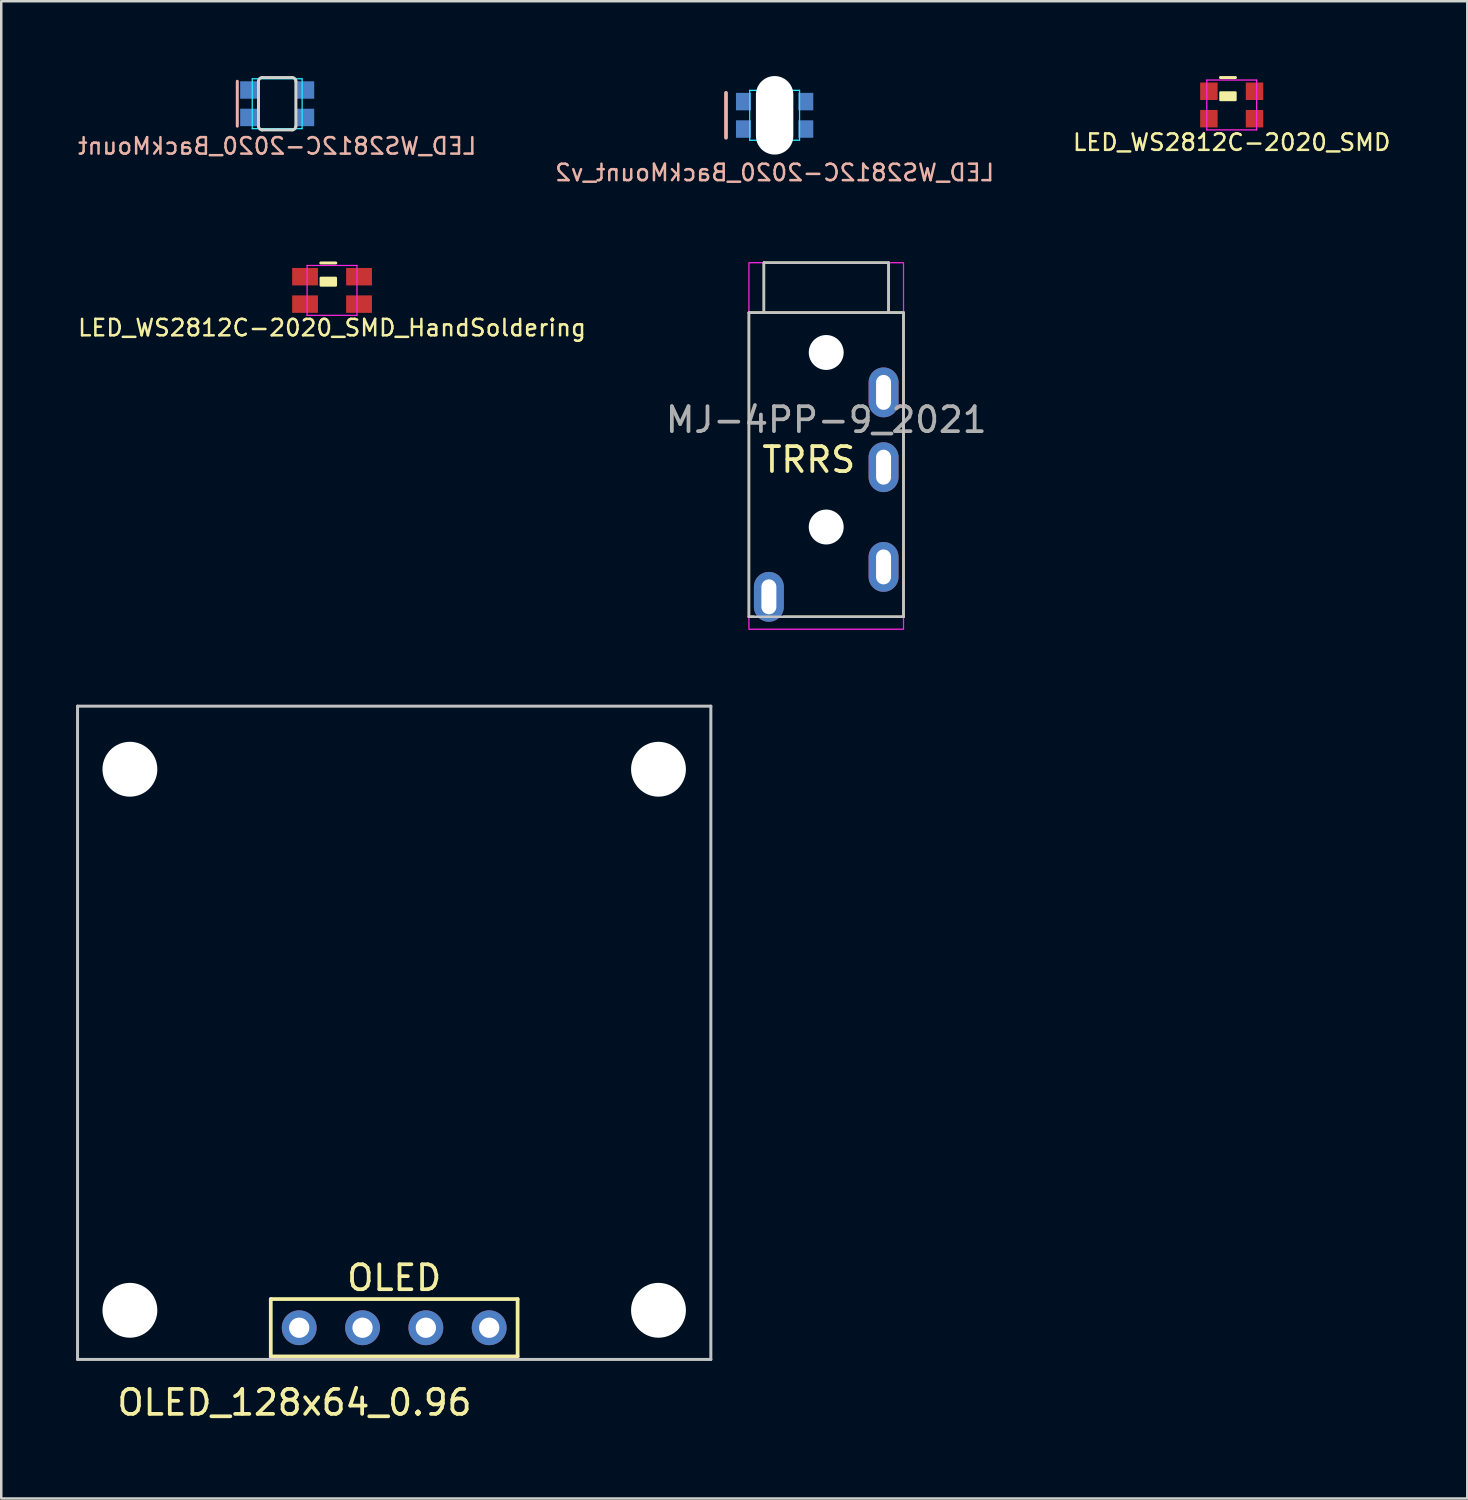
<source format=kicad_pcb>
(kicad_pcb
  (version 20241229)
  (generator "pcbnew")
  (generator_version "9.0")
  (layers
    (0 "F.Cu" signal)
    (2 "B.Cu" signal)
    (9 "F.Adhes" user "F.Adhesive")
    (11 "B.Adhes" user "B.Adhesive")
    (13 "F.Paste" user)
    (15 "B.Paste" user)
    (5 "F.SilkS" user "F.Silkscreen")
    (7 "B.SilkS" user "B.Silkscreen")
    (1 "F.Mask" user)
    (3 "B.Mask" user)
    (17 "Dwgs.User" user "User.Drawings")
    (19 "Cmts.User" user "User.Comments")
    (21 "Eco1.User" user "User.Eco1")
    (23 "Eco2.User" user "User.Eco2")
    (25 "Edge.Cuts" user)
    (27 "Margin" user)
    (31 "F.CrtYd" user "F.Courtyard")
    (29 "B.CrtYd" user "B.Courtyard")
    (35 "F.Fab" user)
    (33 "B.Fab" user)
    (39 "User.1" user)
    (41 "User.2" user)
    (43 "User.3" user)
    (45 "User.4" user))
  (footprint "LED_WS2812C-2020_SMD_HandSoldering"
    (layer "F.Cu")
    (at 10.267 8.597)
    (property "Reference" "LED_WS2812C-2020_SMD_HandSoldering" (at 0 1.5 0) (layer "F.SilkS") (effects (font (size 0.66 0.66) (thickness 0.1))))
    (attr through_hole)
    (fp_line (start -0.45 -1.1) (end 0.15 -1.1) (stroke (width 0.12) (type solid)) (layer "F.SilkS"))
    (fp_poly (pts (xy 0.15 -0.2) (xy -0.45 -0.2) (xy -0.45 -0.5) (xy 0.15 -0.5)) (stroke (width 0.1) (type solid)) (fill yes) (layer "F.SilkS"))
    (fp_line (start -1 -1) (end -1 1) (stroke (width 0.05) (type solid)) (layer "F.CrtYd"))
    (fp_line (start -1 1) (end 1 1) (stroke (width 0.05) (type solid)) (layer "F.CrtYd"))
    (fp_line (start 1 -1) (end -1 -1) (stroke (width 0.05) (type solid)) (layer "F.CrtYd"))
    (fp_line (start 1 1) (end 1 -1) (stroke (width 0.05) (type solid)) (layer "F.CrtYd"))
    (pad "1" smd rect (at 1.083 0.55) (size 1.035 0.7) (layers "F.Cu" "F.Mask" "F.Paste"))
    (pad "2" smd rect (at 1.083 -0.55) (size 1.035 0.7) (layers "F.Cu" "F.Mask" "F.Paste"))
    (pad "3" smd rect (at -1.083 -0.55) (size 1.035 0.7) (layers "F.Cu" "F.Mask" "F.Paste"))
    (pad "4" smd rect (at -1.083 0.55) (size 1.035 0.7) (layers "F.Cu" "F.Mask" "F.Paste")))
  (footprint "OLED_128x64_0.96"
    (layer "F.Cu")
    (at 12.76 50.202)
    (property "Reference" "OLED_128x64_0.96" (at -4 3 0) (layer "F.SilkS") (effects (font (size 1 1) (thickness 0.15))))
    (attr through_hole)
    (fp_line (start -4.95 -1.15) (end 4.95 -1.15) (stroke (width 0.15) (type solid)) (layer "F.SilkS"))
    (fp_line (start -4.95 1.15) (end -4.95 -1.15) (stroke (width 0.15) (type solid)) (layer "F.SilkS"))
    (fp_line (start -4.95 1.15) (end 4.95 1.15) (stroke (width 0.15) (type solid)) (layer "F.SilkS"))
    (fp_line (start 4.95 -1.15) (end 4.95 1.15) (stroke (width 0.15) (type solid)) (layer "F.SilkS"))
    (fp_line (start -12.7 -24.93) (end 12.7 -24.93) (stroke (width 0.12) (type solid)) (layer "Dwgs.User"))
    (fp_line (start -12.7 1.27) (end -12.7 -24.93) (stroke (width 0.12) (type solid)) (layer "Dwgs.User"))
    (fp_line (start -12.7 1.27) (end 12.7 1.27) (stroke (width 0.12) (type solid)) (layer "Dwgs.User"))
    (fp_line (start 12.7 -24.93) (end 12.7 1.27) (stroke (width 0.12) (type solid)) (layer "Dwgs.User"))
    (fp_text user "OLED" (at 0 -2 0) (layer "F.SilkS") (effects (font (size 1 1) (thickness 0.15))))
    (pad "" np_thru_hole circle (at -10.6 -22.4) (size 2.2 2.2) (drill 2.2) (layers "*.Cu"))
    (pad "" np_thru_hole circle (at -10.6 -0.7) (size 2.2 2.2) (drill 2.2) (layers "*.Cu"))
    (pad "" np_thru_hole circle (at 10.6 -22.4) (size 2.2 2.2) (drill 2.2) (layers "*.Cu"))
    (pad "" np_thru_hole circle (at 10.6 -0.7) (size 2.2 2.2) (drill 2.2) (layers "*.Cu"))
    (pad "1" thru_hole circle (at -3.81 0) (size 1.397 1.397) (drill 0.813) (layers "*.Cu" "B.Mask"))
    (pad "2" thru_hole circle (at -1.27 0) (size 1.397 1.397) (drill 0.813) (layers "*.Cu" "B.Mask"))
    (pad "3" thru_hole circle (at 1.27 0) (size 1.397 1.397) (drill 0.813) (layers "*.Cu" "B.Mask"))
    (pad "4" thru_hole circle (at 3.81 0) (size 1.397 1.397) (drill 0.813) (layers "*.Cu" "B.Mask")))
  (footprint "LED_WS2812C-2020_BackMount"
    (layer "F.Cu")
    (at 8.067 1.11)
    (property "Reference" "LED_WS2812C-2020_BackMount" (at 0 1.7 0) (layer "B.SilkS") (effects (font (size 0.66 0.66) (thickness 0.1)) (justify mirror)))
    (attr through_hole)
    (fp_line (start -1.6 -0.9) (end -1.6 0.9) (stroke (width 0.12) (type solid)) (layer "B.SilkS"))
    (fp_line (start -0.75 0.9) (end -0.75 -0.9) (stroke (width 0.12) (type solid)) (layer "Edge.Cuts"))
    (fp_line (start -0.6 -1.05) (end 0.6 -1.05) (stroke (width 0.12) (type solid)) (layer "Edge.Cuts"))
    (fp_line (start 0.6 1.05) (end -0.6 1.05) (stroke (width 0.12) (type solid)) (layer "Edge.Cuts"))
    (fp_line (start 0.75 -0.9) (end 0.75 0.9) (stroke (width 0.12) (type solid)) (layer "Edge.Cuts"))
    (fp_arc (start -0.75 -0.9) (mid -0.706066 -1.006066) (end -0.6 -1.05) (stroke (width 0.12) (type solid)) (layer "Edge.Cuts"))
    (fp_arc (start -0.6 1.05) (mid -0.706066 1.006066) (end -0.75 0.9) (stroke (width 0.12) (type solid)) (layer "Edge.Cuts"))
    (fp_arc (start 0.6 -1.05) (mid 0.706066 -1.006066) (end 0.75 -0.9) (stroke (width 0.12) (type solid)) (layer "Edge.Cuts"))
    (fp_arc (start 0.75 0.9) (mid 0.706066 1.006066) (end 0.6 1.05) (stroke (width 0.12) (type solid)) (layer "Edge.Cuts"))
    (fp_line (start -1 -1) (end -1 1) (stroke (width 0.05) (type solid)) (layer "B.CrtYd"))
    (fp_line (start -1 1) (end 1 1) (stroke (width 0.05) (type solid)) (layer "B.CrtYd"))
    (fp_line (start 1 -1) (end -1 -1) (stroke (width 0.05) (type solid)) (layer "B.CrtYd"))
    (fp_line (start 1 1) (end 1 -1) (stroke (width 0.05) (type solid)) (layer "B.CrtYd"))
    (pad "1" smd rect (at -1.135 0.55 180) (size 0.7 0.7) (layers "B.Cu" "B.Mask" "B.Paste"))
    (pad "2" smd rect (at -1.135 -0.55 180) (size 0.7 0.7) (layers "B.Cu" "B.Mask" "B.Paste"))
    (pad "3" smd rect (at 1.135 -0.55 180) (size 0.7 0.7) (layers "B.Cu" "B.Mask" "B.Paste"))
    (pad "4" smd rect (at 1.135 0.55 180) (size 0.7 0.7) (layers "B.Cu" "B.Mask" "B.Paste")))
  (footprint "MJ-4PP-9_2021"
    (layer "F.Cu")
    (at 30.087 14.587)
    (property "Reference" "MJ-4PP-9_2021" (at 0 -0.8 0) (layer "F.Fab") (effects (font (size 1 1) (thickness 0.15))))
    (attr through_hole)
    (fp_line (start -3.1 -5.1) (end 3.1 -5.1) (stroke (width 0.1) (type default)) (layer "F.SilkS"))
    (fp_line (start -3.1 7.1) (end -3.1 -5.1) (stroke (width 0.1) (type default)) (layer "F.SilkS"))
    (fp_line (start -3.1 7.1) (end -2.9 7.1) (stroke (width 0.1) (type default)) (layer "F.SilkS"))
    (fp_line (start -2.5 -7.1) (end 2.5 -7.1) (stroke (width 0.1) (type default)) (layer "F.SilkS"))
    (fp_line (start -2.5 -5.1) (end -2.5 -7.1) (stroke (width 0.1) (type default)) (layer "F.SilkS"))
    (fp_line (start 2.5 -7.1) (end 2.5 -5.1) (stroke (width 0.1) (type default)) (layer "F.SilkS"))
    (fp_line (start 3.1 -5.1) (end 3.1 7.1) (stroke (width 0.1) (type default)) (layer "F.SilkS"))
    (fp_line (start 3.1 7.1) (end -1.7 7.1) (stroke (width 0.1) (type default)) (layer "F.SilkS"))
    (fp_line (start -3.1 7.1) (end -3.1 -5.1) (stroke (width 0.1) (type default)) (layer "Dwgs.User"))
    (fp_line (start -2.5 -7.1) (end -2.5 -5.1) (stroke (width 0.1) (type default)) (layer "Dwgs.User"))
    (fp_line (start 2.5 -7.1) (end -2.5 -7.1) (stroke (width 0.1) (type default)) (layer "Dwgs.User"))
    (fp_line (start 2.5 -5.1) (end 2.5 -7.1) (stroke (width 0.1) (type default)) (layer "Dwgs.User"))
    (fp_line (start 3.1 -5.1) (end -3.1 -5.1) (stroke (width 0.1) (type default)) (layer "Dwgs.User"))
    (fp_line (start 3.1 -5.1) (end 3.1 7.1) (stroke (width 0.1) (type default)) (layer "Dwgs.User"))
    (fp_line (start 3.1 7.1) (end -3.1 7.1) (stroke (width 0.1) (type default)) (layer "Dwgs.User"))
    (fp_rect (start -3.1 -7.1) (end 3.1 7.6) (stroke (width 0.05) (type default)) (fill no) (layer "F.CrtYd"))
    (fp_text user "TRRS" (at -0.7 0.8 0) (layer "F.SilkS") (effects (font (size 1 1) (thickness 0.15))))
    (pad "" np_thru_hole circle (at 0 -3.5) (size 1.4 1.4) (drill 1.4) (layers "*.Cu" "*.Mask"))
    (pad "" np_thru_hole circle (at 0 3.5) (size 1.4 1.4) (drill 1.4) (layers "*.Cu" "*.Mask"))
    (pad "R1" thru_hole oval (at 2.3 1.1) (size 1.2 2) (drill oval 0.6 1.4) (layers "*.Cu" "B.Mask"))
    (pad "R2" thru_hole oval (at 2.3 -1.9) (size 1.2 2) (drill oval 0.6 1.4) (layers "*.Cu" "B.Mask"))
    (pad "S" thru_hole oval (at -2.3 6.3) (size 1.2 2) (drill oval 0.6 1.4) (layers "*.Cu" "B.Mask"))
    (pad "T" thru_hole oval (at 2.3 5.1) (size 1.2 2) (drill oval 0.6 1.4) (layers "*.Cu" "B.Mask")))
  (footprint "LED_WS2812C-2020_SMD"
    (layer "F.Cu")
    (at 46.35 1.16)
    (property "Reference" "LED_WS2812C-2020_SMD" (at 0 1.5 0) (layer "F.SilkS") (effects (font (size 0.66 0.66) (thickness 0.1))))
    (attr through_hole)
    (fp_line (start -0.45 -1.1) (end 0.15 -1.1) (stroke (width 0.12) (type solid)) (layer "F.SilkS"))
    (fp_poly (pts (xy 0.15 -0.2) (xy -0.45 -0.2) (xy -0.45 -0.5) (xy 0.15 -0.5)) (stroke (width 0.1) (type solid)) (fill yes) (layer "F.SilkS"))
    (fp_line (start -1 -1) (end -1 1) (stroke (width 0.05) (type solid)) (layer "F.CrtYd"))
    (fp_line (start -1 1) (end 1 1) (stroke (width 0.05) (type solid)) (layer "F.CrtYd"))
    (fp_line (start 1 -1) (end -1 -1) (stroke (width 0.05) (type solid)) (layer "F.CrtYd"))
    (fp_line (start 1 1) (end 1 -1) (stroke (width 0.05) (type solid)) (layer "F.CrtYd"))
    (pad "1" smd rect (at 0.915 0.55) (size 0.7 0.7) (layers "F.Cu" "F.Mask" "F.Paste"))
    (pad "2" smd rect (at 0.915 -0.55) (size 0.7 0.7) (layers "F.Cu" "F.Mask" "F.Paste"))
    (pad "3" smd rect (at -0.915 -0.55) (size 0.7 0.7) (layers "F.Cu" "F.Mask" "F.Paste"))
    (pad "4" smd rect (at -0.915 0.55) (size 0.7 0.7) (layers "F.Cu" "F.Mask" "F.Paste")))
  (footprint "LED_WS2812C-2020_BackMount_v2"
    (layer "F.Cu")
    (at 28.018 1.575)
    (property "Reference" "LED_WS2812C-2020_BackMount_v2" (at 0 2.3 0) (layer "B.SilkS") (effects (font (size 0.66 0.66) (thickness 0.1)) (justify mirror)))
    (attr through_hole)
    (fp_line (start -1.95 -0.9) (end -1.95 0.9) (stroke (width 0.15) (type solid)) (layer "B.SilkS"))
    (fp_line (start -0.75 0.9) (end -0.75 -0.9) (stroke (width 0.01) (type solid)) (layer "Eco1.User"))
    (fp_line (start -0.6 -1.05) (end 0.6 -1.05) (stroke (width 0.01) (type solid)) (layer "Eco1.User"))
    (fp_line (start 0.6 1.05) (end -0.6 1.05) (stroke (width 0.01) (type solid)) (layer "Eco1.User"))
    (fp_line (start 0.75 -0.9) (end 0.75 0.9) (stroke (width 0.01) (type solid)) (layer "Eco1.User"))
    (fp_arc (start -0.75 -0.9) (mid -0.706066 -1.006066) (end -0.6 -1.05) (stroke (width 0.01) (type solid)) (layer "Eco1.User"))
    (fp_arc (start -0.6 1.05) (mid -0.706066 1.006066) (end -0.75 0.9) (stroke (width 0.01) (type solid)) (layer "Eco1.User"))
    (fp_arc (start 0.6 -1.05) (mid 0.706066 -1.006066) (end 0.75 -0.9) (stroke (width 0.01) (type solid)) (layer "Eco1.User"))
    (fp_arc (start 0.75 0.9) (mid 0.706066 1.006066) (end 0.6 1.05) (stroke (width 0.01) (type solid)) (layer "Eco1.User"))
    (fp_line (start -1 -1) (end -1 1) (stroke (width 0.05) (type solid)) (layer "B.CrtYd"))
    (fp_line (start -1 1) (end 1 1) (stroke (width 0.05) (type solid)) (layer "B.CrtYd"))
    (fp_line (start 1 -1) (end -1 -1) (stroke (width 0.05) (type solid)) (layer "B.CrtYd"))
    (fp_line (start 1 1) (end 1 -1) (stroke (width 0.05) (type solid)) (layer "B.CrtYd"))
    (pad "" np_thru_hole oval (at 0 0) (size 1.5 3.15) (drill oval 1.5 3.15) (layers "*.Cu" "*.Mask"))
    (pad "1" smd rect (at -1.25 -0.55 180) (size 0.6 0.7) (layers "B.Cu" "B.Mask" "B.Paste"))
    (pad "2" smd rect (at -1.25 0.55 180) (size 0.6 0.7) (layers "B.Cu" "B.Mask" "B.Paste"))
    (pad "3" smd rect (at 1.25 0.55 180) (size 0.6 0.7) (layers "B.Cu" "B.Mask" "B.Paste"))
    (pad "4" smd rect (at 1.25 -0.55 180) (size 0.6 0.7) (layers "B.Cu" "B.Mask" "B.Paste")))
  (gr_rect
    (start -3 -3)
    (end 55.798 57.05)
    (stroke (width 0.1) (type default))
    (fill no)
    (layer "Edge.Cuts")))
</source>
